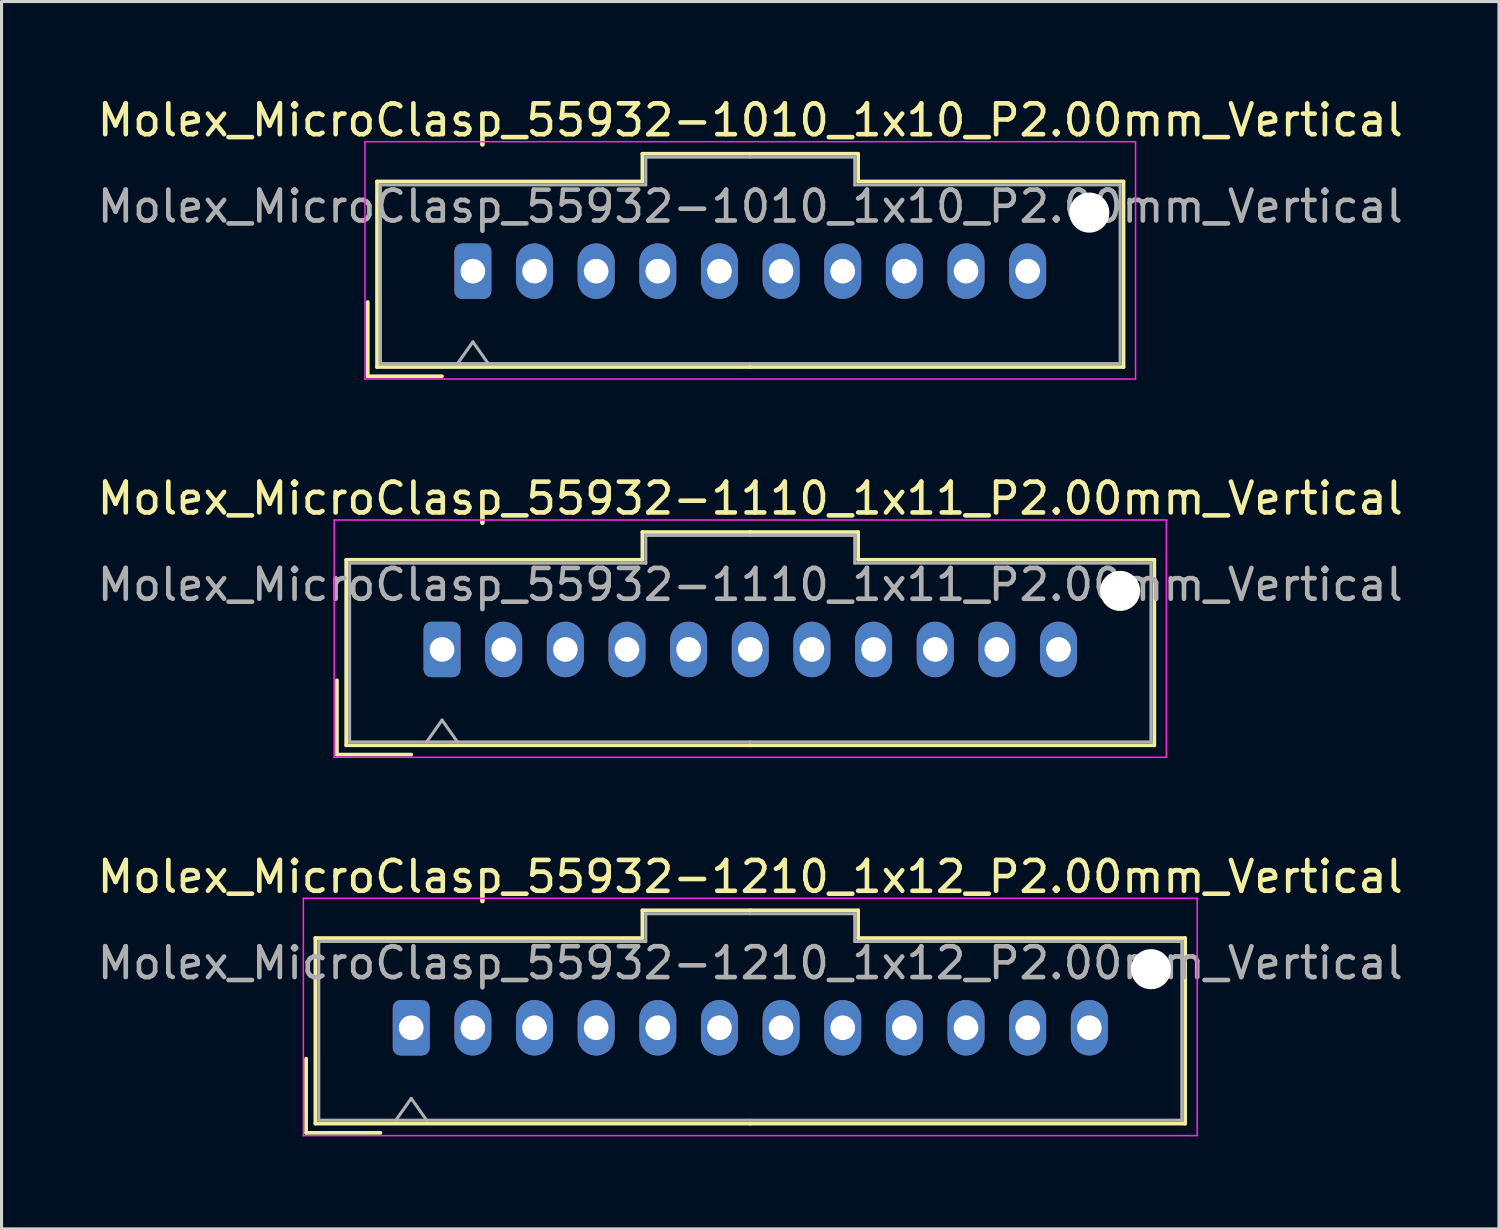
<source format=kicad_pcb>
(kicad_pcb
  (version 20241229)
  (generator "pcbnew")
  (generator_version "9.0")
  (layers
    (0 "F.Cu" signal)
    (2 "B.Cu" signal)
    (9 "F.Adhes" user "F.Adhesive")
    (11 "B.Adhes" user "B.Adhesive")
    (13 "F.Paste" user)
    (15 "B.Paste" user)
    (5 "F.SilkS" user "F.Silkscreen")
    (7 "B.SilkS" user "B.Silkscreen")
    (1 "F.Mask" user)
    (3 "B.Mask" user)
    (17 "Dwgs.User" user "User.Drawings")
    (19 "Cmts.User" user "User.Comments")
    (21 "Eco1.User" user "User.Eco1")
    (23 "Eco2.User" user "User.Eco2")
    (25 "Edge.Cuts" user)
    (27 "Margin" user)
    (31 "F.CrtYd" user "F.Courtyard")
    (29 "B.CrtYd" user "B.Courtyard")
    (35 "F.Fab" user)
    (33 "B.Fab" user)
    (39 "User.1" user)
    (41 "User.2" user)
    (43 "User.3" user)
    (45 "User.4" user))
  (footprint "Molex_MicroClasp_55932-1210_1x12_P2.00mm_Vertical"
    (layer "F.Cu")
    (at 10.292 30.295)
    (property "Reference" "Molex_MicroClasp_55932-1210_1x12_P2.00mm_Vertical" (at 11 -4.9 0) (layer "F.SilkS") (effects (font (size 1 1) (thickness 0.15))))
    (attr through_hole)
    (fp_line (start -3.41 1) (end -3.41 3.41) (stroke (width 0.12) (type solid)) (layer "F.SilkS"))
    (fp_line (start -3.41 3.41) (end -1 3.41) (stroke (width 0.12) (type solid)) (layer "F.SilkS"))
    (fp_line (start -3.11 -2.91) (end -3.11 3.11) (stroke (width 0.12) (type solid)) (layer "F.SilkS"))
    (fp_line (start -3.11 3.11) (end 11 3.11) (stroke (width 0.12) (type solid)) (layer "F.SilkS"))
    (fp_line (start 7.5 -3.81) (end 7.5 -2.91) (stroke (width 0.12) (type solid)) (layer "F.SilkS"))
    (fp_line (start 7.5 -2.91) (end -3.11 -2.91) (stroke (width 0.12) (type solid)) (layer "F.SilkS"))
    (fp_line (start 11 -3.81) (end 7.5 -3.81) (stroke (width 0.12) (type solid)) (layer "F.SilkS"))
    (fp_line (start 11 -3.81) (end 14.5 -3.81) (stroke (width 0.12) (type solid)) (layer "F.SilkS"))
    (fp_line (start 14.5 -3.81) (end 14.5 -2.91) (stroke (width 0.12) (type solid)) (layer "F.SilkS"))
    (fp_line (start 14.5 -2.91) (end 25.11 -2.91) (stroke (width 0.12) (type solid)) (layer "F.SilkS"))
    (fp_line (start 25.11 -2.91) (end 25.11 3.11) (stroke (width 0.12) (type solid)) (layer "F.SilkS"))
    (fp_line (start 25.11 3.11) (end 11 3.11) (stroke (width 0.12) (type solid)) (layer "F.SilkS"))
    (fp_line (start -3.5 -4.2) (end -3.5 3.5) (stroke (width 0.05) (type solid)) (layer "F.CrtYd"))
    (fp_line (start -3.5 3.5) (end 25.5 3.5) (stroke (width 0.05) (type solid)) (layer "F.CrtYd"))
    (fp_line (start 25.5 -4.2) (end -3.5 -4.2) (stroke (width 0.05) (type solid)) (layer "F.CrtYd"))
    (fp_line (start 25.5 3.5) (end 25.5 -4.2) (stroke (width 0.05) (type solid)) (layer "F.CrtYd"))
    (fp_line (start -3 -2.8) (end -3 3) (stroke (width 0.1) (type solid)) (layer "F.Fab"))
    (fp_line (start -3 3) (end 11 3) (stroke (width 0.1) (type solid)) (layer "F.Fab"))
    (fp_line (start -0.5 3) (end 0 2.293) (stroke (width 0.1) (type solid)) (layer "F.Fab"))
    (fp_line (start 0 2.293) (end 0.5 3) (stroke (width 0.1) (type solid)) (layer "F.Fab"))
    (fp_line (start 7.61 -3.7) (end 7.61 -2.8) (stroke (width 0.1) (type solid)) (layer "F.Fab"))
    (fp_line (start 7.61 -2.8) (end -3 -2.8) (stroke (width 0.1) (type solid)) (layer "F.Fab"))
    (fp_line (start 11 -3.7) (end 7.61 -3.7) (stroke (width 0.1) (type solid)) (layer "F.Fab"))
    (fp_line (start 11 -3.7) (end 14.39 -3.7) (stroke (width 0.1) (type solid)) (layer "F.Fab"))
    (fp_line (start 14.39 -3.7) (end 14.39 -2.8) (stroke (width 0.1) (type solid)) (layer "F.Fab"))
    (fp_line (start 14.39 -2.8) (end 25 -2.8) (stroke (width 0.1) (type solid)) (layer "F.Fab"))
    (fp_line (start 25 -2.8) (end 25 3) (stroke (width 0.1) (type solid)) (layer "F.Fab"))
    (fp_line (start 25 3) (end 11 3) (stroke (width 0.1) (type solid)) (layer "F.Fab"))
    (fp_text user "${REFERENCE}" (at 11 -2.1 0) (layer "F.Fab") (effects (font (size 1 1) (thickness 0.15))))
    (pad "" np_thru_hole circle (at 24 -1.9) (size 1.3 1.3) (drill 1.3) (layers "*.Cu" "*.Mask"))
    (pad "1" thru_hole roundrect (at 0 0) (size 1.2 1.8) (drill 0.8) (layers "*.Cu" "*.Mask") (roundrect_rratio 0.208))
    (pad "2" thru_hole oval (at 2 0) (size 1.2 1.8) (drill 0.8) (layers "*.Cu" "*.Mask"))
    (pad "3" thru_hole oval (at 4 0) (size 1.2 1.8) (drill 0.8) (layers "*.Cu" "*.Mask"))
    (pad "4" thru_hole oval (at 6 0) (size 1.2 1.8) (drill 0.8) (layers "*.Cu" "*.Mask"))
    (pad "5" thru_hole oval (at 8 0) (size 1.2 1.8) (drill 0.8) (layers "*.Cu" "*.Mask"))
    (pad "6" thru_hole oval (at 10 0) (size 1.2 1.8) (drill 0.8) (layers "*.Cu" "*.Mask"))
    (pad "7" thru_hole oval (at 12 0) (size 1.2 1.8) (drill 0.8) (layers "*.Cu" "*.Mask"))
    (pad "8" thru_hole oval (at 14 0) (size 1.2 1.8) (drill 0.8) (layers "*.Cu" "*.Mask"))
    (pad "9" thru_hole oval (at 16 0) (size 1.2 1.8) (drill 0.8) (layers "*.Cu" "*.Mask"))
    (pad "10" thru_hole oval (at 18 0) (size 1.2 1.8) (drill 0.8) (layers "*.Cu" "*.Mask"))
    (pad "11" thru_hole oval (at 20 0) (size 1.2 1.8) (drill 0.8) (layers "*.Cu" "*.Mask"))
    (pad "12" thru_hole oval (at 22 0) (size 1.2 1.8) (drill 0.8) (layers "*.Cu" "*.Mask")))
  (footprint "Molex_MicroClasp_55932-1010_1x10_P2.00mm_Vertical"
    (layer "F.Cu")
    (at 12.292 5.748)
    (property "Reference" "Molex_MicroClasp_55932-1010_1x10_P2.00mm_Vertical" (at 9 -4.9 0) (layer "F.SilkS") (effects (font (size 1 1) (thickness 0.15))))
    (attr through_hole)
    (fp_line (start -3.41 1) (end -3.41 3.41) (stroke (width 0.12) (type solid)) (layer "F.SilkS"))
    (fp_line (start -3.41 3.41) (end -1 3.41) (stroke (width 0.12) (type solid)) (layer "F.SilkS"))
    (fp_line (start -3.11 -2.91) (end -3.11 3.11) (stroke (width 0.12) (type solid)) (layer "F.SilkS"))
    (fp_line (start -3.11 3.11) (end 9 3.11) (stroke (width 0.12) (type solid)) (layer "F.SilkS"))
    (fp_line (start 5.5 -3.81) (end 5.5 -2.91) (stroke (width 0.12) (type solid)) (layer "F.SilkS"))
    (fp_line (start 5.5 -2.91) (end -3.11 -2.91) (stroke (width 0.12) (type solid)) (layer "F.SilkS"))
    (fp_line (start 9 -3.81) (end 5.5 -3.81) (stroke (width 0.12) (type solid)) (layer "F.SilkS"))
    (fp_line (start 9 -3.81) (end 12.5 -3.81) (stroke (width 0.12) (type solid)) (layer "F.SilkS"))
    (fp_line (start 12.5 -3.81) (end 12.5 -2.91) (stroke (width 0.12) (type solid)) (layer "F.SilkS"))
    (fp_line (start 12.5 -2.91) (end 21.11 -2.91) (stroke (width 0.12) (type solid)) (layer "F.SilkS"))
    (fp_line (start 21.11 -2.91) (end 21.11 3.11) (stroke (width 0.12) (type solid)) (layer "F.SilkS"))
    (fp_line (start 21.11 3.11) (end 9 3.11) (stroke (width 0.12) (type solid)) (layer "F.SilkS"))
    (fp_line (start -3.5 -4.2) (end -3.5 3.5) (stroke (width 0.05) (type solid)) (layer "F.CrtYd"))
    (fp_line (start -3.5 3.5) (end 21.5 3.5) (stroke (width 0.05) (type solid)) (layer "F.CrtYd"))
    (fp_line (start 21.5 -4.2) (end -3.5 -4.2) (stroke (width 0.05) (type solid)) (layer "F.CrtYd"))
    (fp_line (start 21.5 3.5) (end 21.5 -4.2) (stroke (width 0.05) (type solid)) (layer "F.CrtYd"))
    (fp_line (start -3 -2.8) (end -3 3) (stroke (width 0.1) (type solid)) (layer "F.Fab"))
    (fp_line (start -3 3) (end 9 3) (stroke (width 0.1) (type solid)) (layer "F.Fab"))
    (fp_line (start -0.5 3) (end 0 2.293) (stroke (width 0.1) (type solid)) (layer "F.Fab"))
    (fp_line (start 0 2.293) (end 0.5 3) (stroke (width 0.1) (type solid)) (layer "F.Fab"))
    (fp_line (start 5.61 -3.7) (end 5.61 -2.8) (stroke (width 0.1) (type solid)) (layer "F.Fab"))
    (fp_line (start 5.61 -2.8) (end -3 -2.8) (stroke (width 0.1) (type solid)) (layer "F.Fab"))
    (fp_line (start 9 -3.7) (end 5.61 -3.7) (stroke (width 0.1) (type solid)) (layer "F.Fab"))
    (fp_line (start 9 -3.7) (end 12.39 -3.7) (stroke (width 0.1) (type solid)) (layer "F.Fab"))
    (fp_line (start 12.39 -3.7) (end 12.39 -2.8) (stroke (width 0.1) (type solid)) (layer "F.Fab"))
    (fp_line (start 12.39 -2.8) (end 21 -2.8) (stroke (width 0.1) (type solid)) (layer "F.Fab"))
    (fp_line (start 21 -2.8) (end 21 3) (stroke (width 0.1) (type solid)) (layer "F.Fab"))
    (fp_line (start 21 3) (end 9 3) (stroke (width 0.1) (type solid)) (layer "F.Fab"))
    (fp_text user "${REFERENCE}" (at 9 -2.1 0) (layer "F.Fab") (effects (font (size 1 1) (thickness 0.15))))
    (pad "" np_thru_hole circle (at 20 -1.9) (size 1.3 1.3) (drill 1.3) (layers "*.Cu" "*.Mask"))
    (pad "1" thru_hole roundrect (at 0 0) (size 1.2 1.8) (drill 0.8) (layers "*.Cu" "*.Mask") (roundrect_rratio 0.208))
    (pad "2" thru_hole oval (at 2 0) (size 1.2 1.8) (drill 0.8) (layers "*.Cu" "*.Mask"))
    (pad "3" thru_hole oval (at 4 0) (size 1.2 1.8) (drill 0.8) (layers "*.Cu" "*.Mask"))
    (pad "4" thru_hole oval (at 6 0) (size 1.2 1.8) (drill 0.8) (layers "*.Cu" "*.Mask"))
    (pad "5" thru_hole oval (at 8 0) (size 1.2 1.8) (drill 0.8) (layers "*.Cu" "*.Mask"))
    (pad "6" thru_hole oval (at 10 0) (size 1.2 1.8) (drill 0.8) (layers "*.Cu" "*.Mask"))
    (pad "7" thru_hole oval (at 12 0) (size 1.2 1.8) (drill 0.8) (layers "*.Cu" "*.Mask"))
    (pad "8" thru_hole oval (at 14 0) (size 1.2 1.8) (drill 0.8) (layers "*.Cu" "*.Mask"))
    (pad "9" thru_hole oval (at 16 0) (size 1.2 1.8) (drill 0.8) (layers "*.Cu" "*.Mask"))
    (pad "10" thru_hole oval (at 18 0) (size 1.2 1.8) (drill 0.8) (layers "*.Cu" "*.Mask")))
  (footprint "Molex_MicroClasp_55932-1110_1x11_P2.00mm_Vertical"
    (layer "F.Cu")
    (at 11.292 18.021)
    (property "Reference" "Molex_MicroClasp_55932-1110_1x11_P2.00mm_Vertical" (at 10 -4.9 0) (layer "F.SilkS") (effects (font (size 1 1) (thickness 0.15))))
    (attr through_hole)
    (fp_line (start -3.41 1) (end -3.41 3.41) (stroke (width 0.12) (type solid)) (layer "F.SilkS"))
    (fp_line (start -3.41 3.41) (end -1 3.41) (stroke (width 0.12) (type solid)) (layer "F.SilkS"))
    (fp_line (start -3.11 -2.91) (end -3.11 3.11) (stroke (width 0.12) (type solid)) (layer "F.SilkS"))
    (fp_line (start -3.11 3.11) (end 10 3.11) (stroke (width 0.12) (type solid)) (layer "F.SilkS"))
    (fp_line (start 6.5 -3.81) (end 6.5 -2.91) (stroke (width 0.12) (type solid)) (layer "F.SilkS"))
    (fp_line (start 6.5 -2.91) (end -3.11 -2.91) (stroke (width 0.12) (type solid)) (layer "F.SilkS"))
    (fp_line (start 10 -3.81) (end 6.5 -3.81) (stroke (width 0.12) (type solid)) (layer "F.SilkS"))
    (fp_line (start 10 -3.81) (end 13.5 -3.81) (stroke (width 0.12) (type solid)) (layer "F.SilkS"))
    (fp_line (start 13.5 -3.81) (end 13.5 -2.91) (stroke (width 0.12) (type solid)) (layer "F.SilkS"))
    (fp_line (start 13.5 -2.91) (end 23.11 -2.91) (stroke (width 0.12) (type solid)) (layer "F.SilkS"))
    (fp_line (start 23.11 -2.91) (end 23.11 3.11) (stroke (width 0.12) (type solid)) (layer "F.SilkS"))
    (fp_line (start 23.11 3.11) (end 10 3.11) (stroke (width 0.12) (type solid)) (layer "F.SilkS"))
    (fp_line (start -3.5 -4.2) (end -3.5 3.5) (stroke (width 0.05) (type solid)) (layer "F.CrtYd"))
    (fp_line (start -3.5 3.5) (end 23.5 3.5) (stroke (width 0.05) (type solid)) (layer "F.CrtYd"))
    (fp_line (start 23.5 -4.2) (end -3.5 -4.2) (stroke (width 0.05) (type solid)) (layer "F.CrtYd"))
    (fp_line (start 23.5 3.5) (end 23.5 -4.2) (stroke (width 0.05) (type solid)) (layer "F.CrtYd"))
    (fp_line (start -3 -2.8) (end -3 3) (stroke (width 0.1) (type solid)) (layer "F.Fab"))
    (fp_line (start -3 3) (end 10 3) (stroke (width 0.1) (type solid)) (layer "F.Fab"))
    (fp_line (start -0.5 3) (end 0 2.293) (stroke (width 0.1) (type solid)) (layer "F.Fab"))
    (fp_line (start 0 2.293) (end 0.5 3) (stroke (width 0.1) (type solid)) (layer "F.Fab"))
    (fp_line (start 6.61 -3.7) (end 6.61 -2.8) (stroke (width 0.1) (type solid)) (layer "F.Fab"))
    (fp_line (start 6.61 -2.8) (end -3 -2.8) (stroke (width 0.1) (type solid)) (layer "F.Fab"))
    (fp_line (start 10 -3.7) (end 6.61 -3.7) (stroke (width 0.1) (type solid)) (layer "F.Fab"))
    (fp_line (start 10 -3.7) (end 13.39 -3.7) (stroke (width 0.1) (type solid)) (layer "F.Fab"))
    (fp_line (start 13.39 -3.7) (end 13.39 -2.8) (stroke (width 0.1) (type solid)) (layer "F.Fab"))
    (fp_line (start 13.39 -2.8) (end 23 -2.8) (stroke (width 0.1) (type solid)) (layer "F.Fab"))
    (fp_line (start 23 -2.8) (end 23 3) (stroke (width 0.1) (type solid)) (layer "F.Fab"))
    (fp_line (start 23 3) (end 10 3) (stroke (width 0.1) (type solid)) (layer "F.Fab"))
    (fp_text user "${REFERENCE}" (at 10 -2.1 0) (layer "F.Fab") (effects (font (size 1 1) (thickness 0.15))))
    (pad "" np_thru_hole circle (at 22 -1.9) (size 1.3 1.3) (drill 1.3) (layers "*.Cu" "*.Mask"))
    (pad "1" thru_hole roundrect (at 0 0) (size 1.2 1.8) (drill 0.8) (layers "*.Cu" "*.Mask") (roundrect_rratio 0.208))
    (pad "2" thru_hole oval (at 2 0) (size 1.2 1.8) (drill 0.8) (layers "*.Cu" "*.Mask"))
    (pad "3" thru_hole oval (at 4 0) (size 1.2 1.8) (drill 0.8) (layers "*.Cu" "*.Mask"))
    (pad "4" thru_hole oval (at 6 0) (size 1.2 1.8) (drill 0.8) (layers "*.Cu" "*.Mask"))
    (pad "5" thru_hole oval (at 8 0) (size 1.2 1.8) (drill 0.8) (layers "*.Cu" "*.Mask"))
    (pad "6" thru_hole oval (at 10 0) (size 1.2 1.8) (drill 0.8) (layers "*.Cu" "*.Mask"))
    (pad "7" thru_hole oval (at 12 0) (size 1.2 1.8) (drill 0.8) (layers "*.Cu" "*.Mask"))
    (pad "8" thru_hole oval (at 14 0) (size 1.2 1.8) (drill 0.8) (layers "*.Cu" "*.Mask"))
    (pad "9" thru_hole oval (at 16 0) (size 1.2 1.8) (drill 0.8) (layers "*.Cu" "*.Mask"))
    (pad "10" thru_hole oval (at 18 0) (size 1.2 1.8) (drill 0.8) (layers "*.Cu" "*.Mask"))
    (pad "11" thru_hole oval (at 20 0) (size 1.2 1.8) (drill 0.8) (layers "*.Cu" "*.Mask")))
  (gr_rect
    (start -3 -3)
    (end 45.583 36.82)
    (stroke (width 0.1) (type default))
    (fill no)
    (layer "Edge.Cuts")))
</source>
